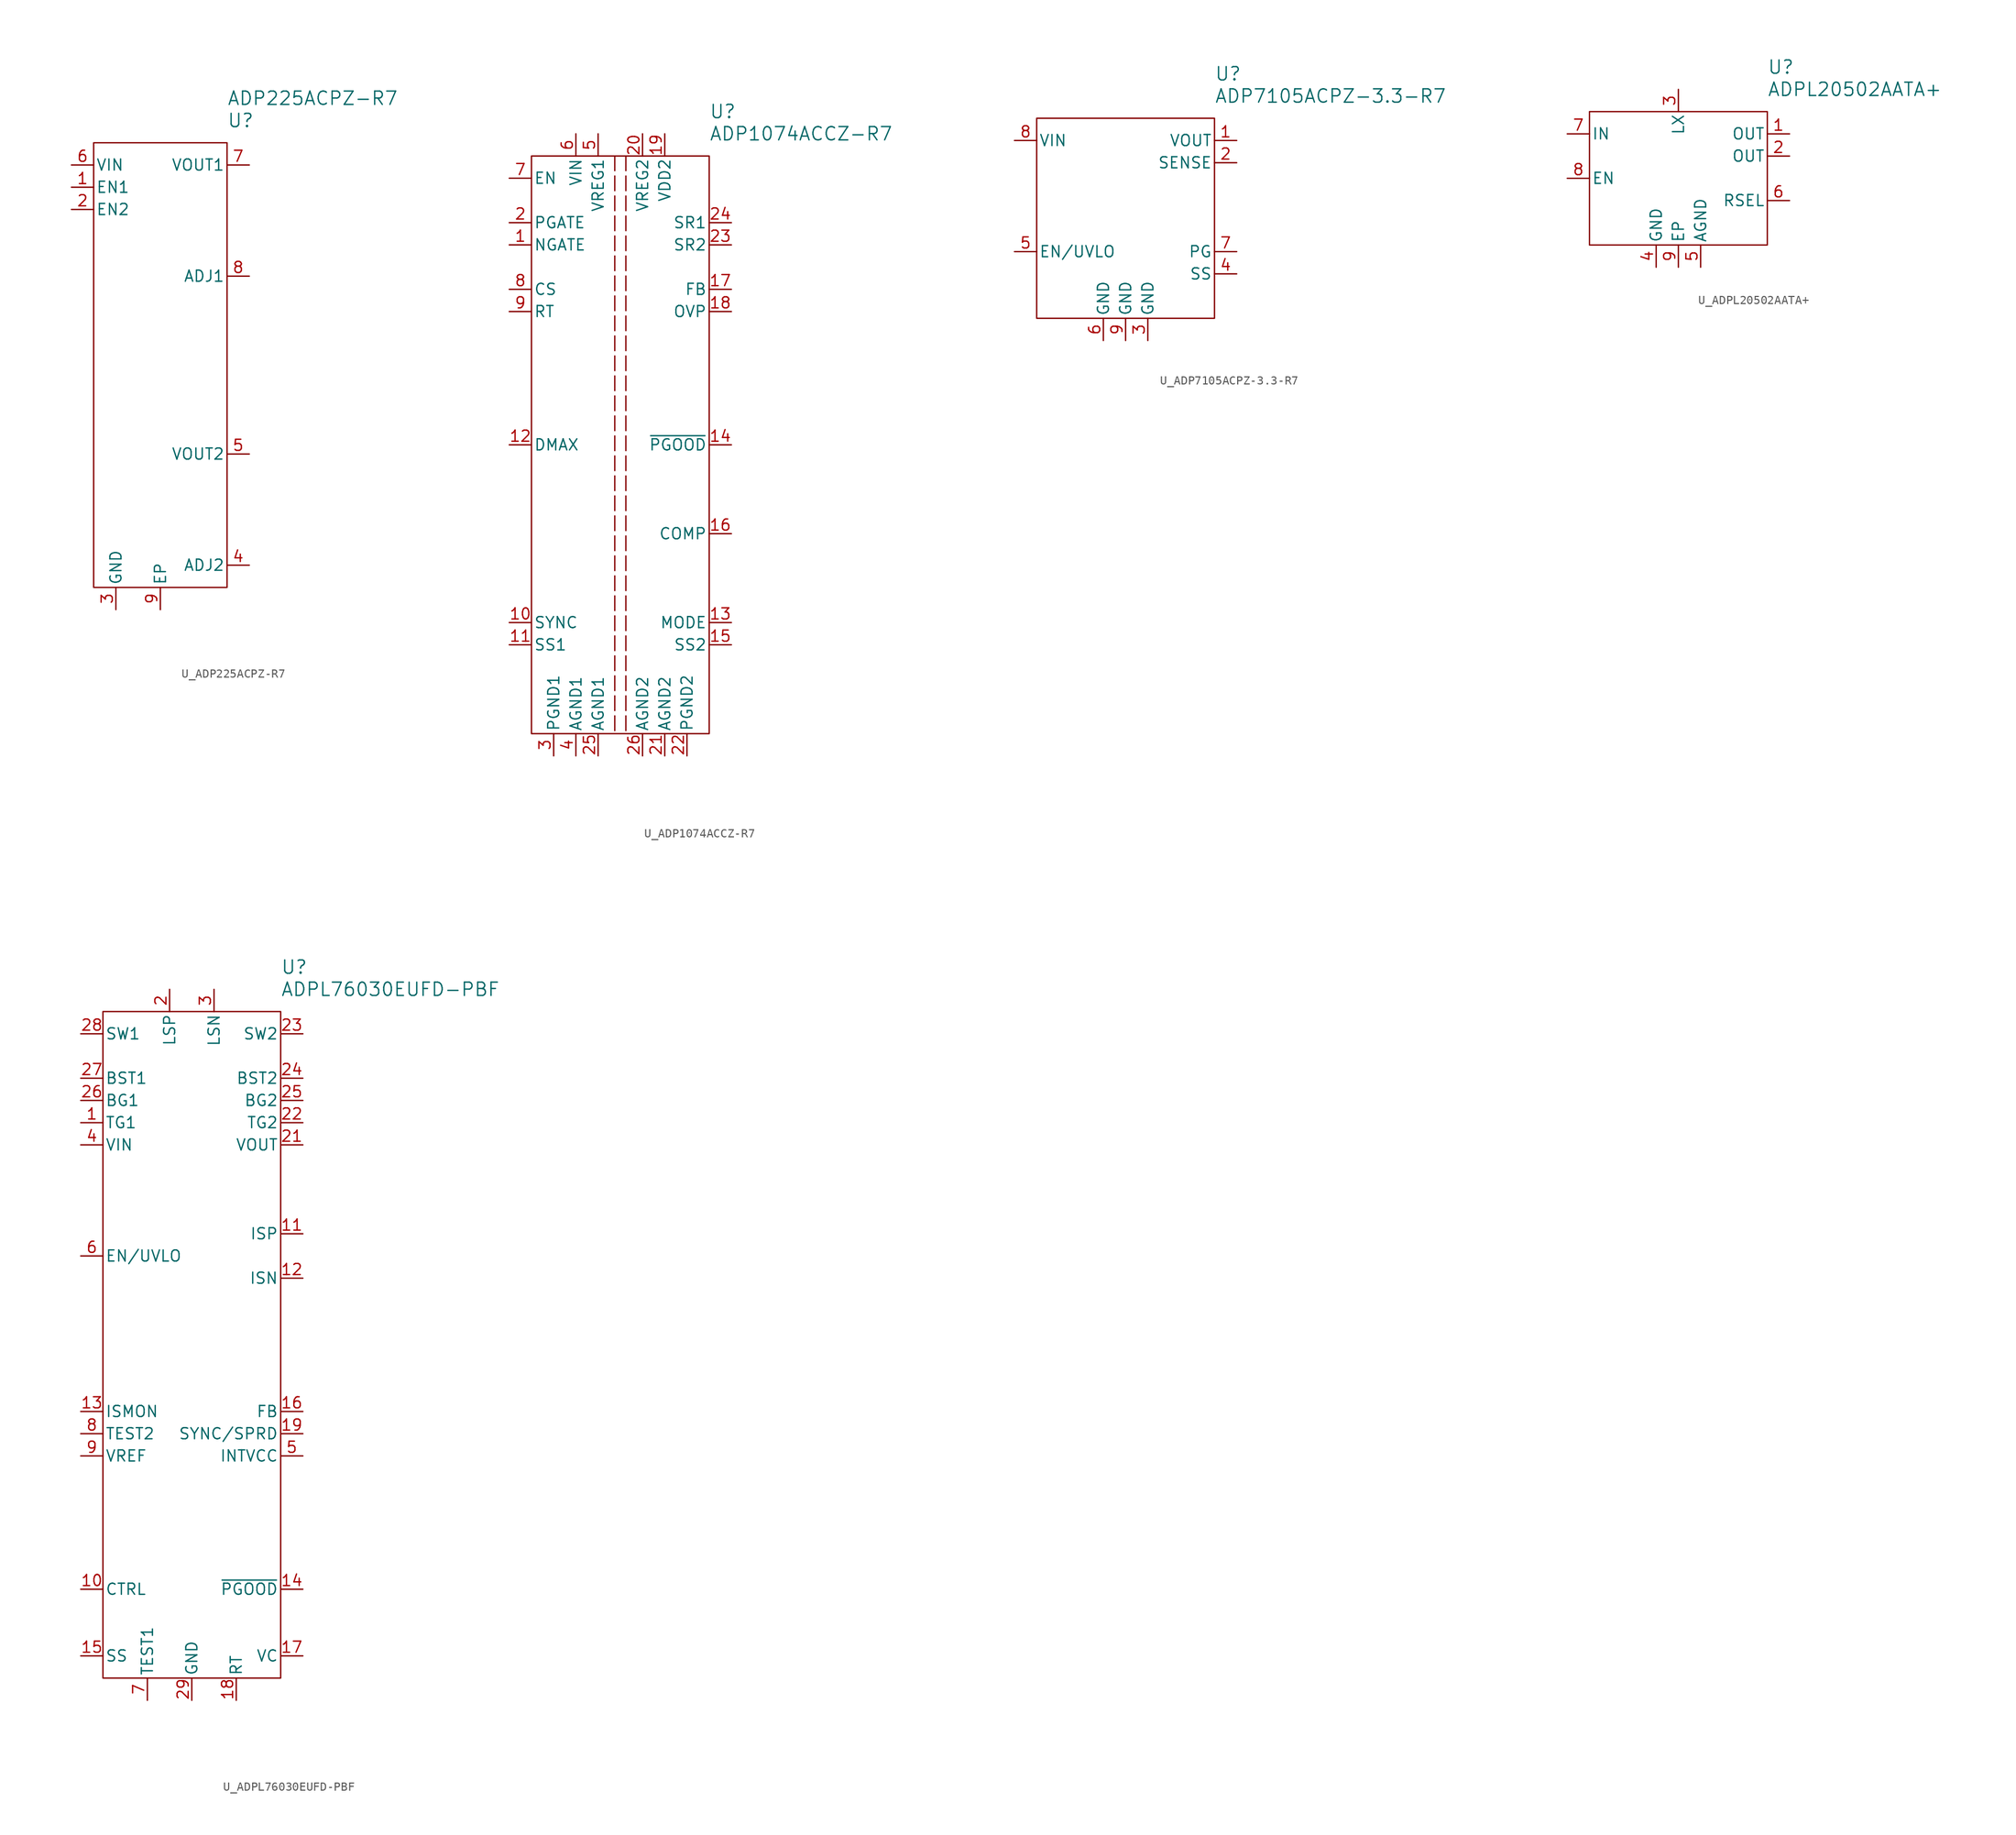
<source format=kicad_sym>
(kicad_symbol_lib
  (version 20241209)
  (generator "kicad_symbol_editor")
  (generator_version "9.0")
  (symbol "U_ADP225ACPZ-R7"
    (pin_names
      (offset 0.254))
    (property "Reference" "U"
      (at 7.62 27.94 0)
      (effects (font (size 1.524 1.524)) (justify left)))
    (property "Value" "ADP225ACPZ-R7"
      (at 7.62 30.48 0)
      (effects (font (size 1.524 1.524)) (justify left)))
    (symbol "U_ADP225ACPZ-R7_0_1"
      (rectangle (start -7.62 25.4) (end 7.62 -25.4) (stroke (width 0) (type default)) (fill (type none))))
    (symbol "U_ADP225ACPZ-R7_1_1"
      (pin power_in line (at -10.16 22.86 0) (length 2.54) (name "VIN" (effects (font (size 1.27 1.27)))) (number "6" (effects (font (size 1.27 1.27)))))
      (pin input line (at -10.16 20.32 0) (length 2.54) (name "EN1" (effects (font (size 1.27 1.27)))) (number "1" (effects (font (size 1.27 1.27)))))
      (pin input line (at -10.16 17.78 0) (length 2.54) (name "EN2" (effects (font (size 1.27 1.27)))) (number "2" (effects (font (size 1.27 1.27)))))
      (pin power_in line (at -5.08 -27.94 90) (length 2.54) (name "GND" (effects (font (size 1.27 1.27)))) (number "3" (effects (font (size 1.27 1.27)))))
      (pin power_in line (at 0 -27.94 90) (length 2.54) (name "EP" (effects (font (size 1.27 1.27)))) (number "9" (effects (font (size 1.27 1.27)))))
      (pin power_out line (at 10.16 22.86 180) (length 2.54) (name "VOUT1" (effects (font (size 1.27 1.27)))) (number "7" (effects (font (size 1.27 1.27)))))
      (pin input line (at 10.16 10.16 180) (length 2.54) (name "ADJ1" (effects (font (size 1.27 1.27)))) (number "8" (effects (font (size 1.27 1.27)))))
      (pin power_out line (at 10.16 -10.16 180) (length 2.54) (name "VOUT2" (effects (font (size 1.27 1.27)))) (number "5" (effects (font (size 1.27 1.27)))))
      (pin input line (at 10.16 -22.86 180) (length 2.54) (name "ADJ2" (effects (font (size 1.27 1.27)))) (number "4" (effects (font (size 1.27 1.27)))))))
  (symbol "U_ADP1074ACCZ-R7"
    (pin_names
      (offset 0.254))
    (property "Reference" "U"
      (at 10.16 38.1 0)
      (effects (font (size 1.524 1.524)) (justify left)))
    (property "Value" "ADP1074ACCZ-R7"
      (at 10.16 35.56 0)
      (effects (font (size 1.524 1.524)) (justify left)))
    (symbol "U_ADP1074ACCZ-R7_0_1"
      (rectangle (start -10.16 33.02) (end 10.16 -33.02) (stroke (width 0) (type default)) (fill (type none)))
      (pin bidirectional line (at -2.54 35.56 270) (length 2.54) (name "VREG1" (effects (font (size 1.27 1.27)))) (number "5" (effects (font (size 1.27 1.27)))))
      (pin unspecified line (at 2.54 35.56 270) (length 2.54) (name "VREG2" (effects (font (size 1.27 1.27)))) (number "20" (effects (font (size 1.27 1.27)))))
      (pin power_in line (at 5.08 35.56 270) (length 2.54) (name "VDD2" (effects (font (size 1.27 1.27)))) (number "19" (effects (font (size 1.27 1.27)))))
      (pin bidirectional line (at 12.7 -22.86 180) (length 2.54) (name "SS2" (effects (font (size 1.27 1.27)))) (number "15" (effects (font (size 1.27 1.27))))))
    (symbol "U_ADP1074ACCZ-R7_1_1"
      (polyline (pts (xy -0.635 33.02) (xy -0.635 -33.02)) (stroke (width 0) (type dash)) (fill (type none)))
      (polyline (pts (xy 0.635 33.02) (xy 0.635 -33.02)) (stroke (width 0) (type dash)) (fill (type none)))
      (pin input line (at -12.7 30.48 0) (length 2.54) (name "EN" (effects (font (size 1.27 1.27)))) (number "7" (effects (font (size 1.27 1.27)))))
      (pin output line (at -12.7 25.4 0) (length 2.54) (name "PGATE" (effects (font (size 1.27 1.27)))) (number "2" (effects (font (size 1.27 1.27)))))
      (pin output line (at -12.7 22.86 0) (length 2.54) (name "NGATE" (effects (font (size 1.27 1.27)))) (number "1" (effects (font (size 1.27 1.27)))))
      (pin input line (at -12.7 17.78 0) (length 2.54) (name "CS" (effects (font (size 1.27 1.27)))) (number "8" (effects (font (size 1.27 1.27)))))
      (pin input line (at -12.7 15.24 0) (length 2.54) (name "RT" (effects (font (size 1.27 1.27)))) (number "9" (effects (font (size 1.27 1.27)))))
      (pin input line (at -12.7 0 0) (length 2.54) (name "DMAX" (effects (font (size 1.27 1.27)))) (number "12" (effects (font (size 1.27 1.27)))))
      (pin input line (at -12.7 -20.32 0) (length 2.54) (name "SYNC" (effects (font (size 1.27 1.27)))) (number "10" (effects (font (size 1.27 1.27)))))
      (pin input line (at -12.7 -22.86 0) (length 2.54) (name "SS1" (effects (font (size 1.27 1.27)))) (number "11" (effects (font (size 1.27 1.27)))))
      (pin power_in line (at -7.62 -35.56 90) (length 2.54) (name "PGND1" (effects (font (size 1.27 1.27)))) (number "3" (effects (font (size 1.27 1.27)))))
      (pin power_in line (at -5.08 35.56 270) (length 2.54) (name "VIN" (effects (font (size 1.27 1.27)))) (number "6" (effects (font (size 1.27 1.27)))))
      (pin power_in line (at -5.08 -35.56 90) (length 2.54) (name "AGND1" (effects (font (size 1.27 1.27)))) (number "4" (effects (font (size 1.27 1.27)))))
      (pin power_in line (at -2.54 -35.56 90) (length 2.54) (name "AGND1" (effects (font (size 1.27 1.27)))) (number "25" (effects (font (size 1.27 1.27)))))
      (pin power_in line (at 2.54 -35.56 90) (length 2.54) (name "AGND2" (effects (font (size 1.27 1.27)))) (number "26" (effects (font (size 1.27 1.27)))))
      (pin power_in line (at 5.08 -35.56 90) (length 2.54) (name "AGND2" (effects (font (size 1.27 1.27)))) (number "21" (effects (font (size 1.27 1.27)))))
      (pin power_in line (at 7.62 -35.56 90) (length 2.54) (name "PGND2" (effects (font (size 1.27 1.27)))) (number "22" (effects (font (size 1.27 1.27)))))
      (pin output line (at 12.7 25.4 180) (length 2.54) (name "SR1" (effects (font (size 1.27 1.27)))) (number "24" (effects (font (size 1.27 1.27)))))
      (pin output line (at 12.7 22.86 180) (length 2.54) (name "SR2" (effects (font (size 1.27 1.27)))) (number "23" (effects (font (size 1.27 1.27)))))
      (pin input line (at 12.7 17.78 180) (length 2.54) (name "FB" (effects (font (size 1.27 1.27)))) (number "17" (effects (font (size 1.27 1.27)))))
      (pin input line (at 12.7 15.24 180) (length 2.54) (name "OVP" (effects (font (size 1.27 1.27)))) (number "18" (effects (font (size 1.27 1.27)))))
      (pin output line (at 12.7 0 180) (length 2.54) (name "~{PGOOD}" (effects (font (size 1.27 1.27)))) (number "14" (effects (font (size 1.27 1.27)))))
      (pin input line (at 12.7 -10.16 180) (length 2.54) (name "COMP" (effects (font (size 1.27 1.27)))) (number "16" (effects (font (size 1.27 1.27)))))
      (pin input line (at 12.7 -20.32 180) (length 2.54) (name "MODE" (effects (font (size 1.27 1.27)))) (number "13" (effects (font (size 1.27 1.27)))))))
  (symbol "U_ADP7105ACPZ-3.3-R7"
    (pin_names
      (offset 0.254))
    (property "Reference" "U"
      (at 10.16 15.24 0)
      (effects (font (size 1.524 1.524)) (justify left)))
    (property "Value" "ADP7105ACPZ-3.3-R7"
      (at 10.16 12.7 0)
      (effects (font (size 1.524 1.524)) (justify left)))
    (symbol "U_ADP7105ACPZ-3.3-R7_0_1"
      (rectangle (start -10.16 10.16) (end 10.16 -12.7) (stroke (width 0) (type default)) (fill (type none)))
      (pin power_in line (at -12.7 7.62 0) (length 2.54) (name "VIN" (effects (font (size 1.27 1.27)))) (number "8" (effects (font (size 1.27 1.27)))))
      (pin input line (at -12.7 -5.08 0) (length 2.54) (name "EN/UVLO" (effects (font (size 1.27 1.27)))) (number "5" (effects (font (size 1.27 1.27)))))
      (pin output line (at 12.7 7.62 180) (length 2.54) (name "VOUT" (effects (font (size 1.27 1.27)))) (number "1" (effects (font (size 1.27 1.27)))))
      (pin output line (at 12.7 -5.08 180) (length 2.54) (name "PG" (effects (font (size 1.27 1.27)))) (number "7" (effects (font (size 1.27 1.27))))))
    (symbol "U_ADP7105ACPZ-3.3-R7_1_1"
      (pin power_in line (at -2.54 -15.24 90) (length 2.54) (name "GND" (effects (font (size 1.27 1.27)))) (number "6" (effects (font (size 1.27 1.27)))))
      (pin power_in line (at 0 -15.24 90) (length 2.54) (name "GND" (effects (font (size 1.27 1.27)))) (number "9" (effects (font (size 1.27 1.27)))))
      (pin power_in line (at 2.54 -15.24 90) (length 2.54) (name "GND" (effects (font (size 1.27 1.27)))) (number "3" (effects (font (size 1.27 1.27)))))
      (pin input line (at 12.7 5.08 180) (length 2.54) (name "SENSE" (effects (font (size 1.27 1.27)))) (number "2" (effects (font (size 1.27 1.27)))))
      (pin input line (at 12.7 -7.62 180) (length 2.54) (name "SS" (effects (font (size 1.27 1.27)))) (number "4" (effects (font (size 1.27 1.27)))))))
  (symbol "U_ADPL20502AATA+"
    (pin_names
      (offset 0.254))
    (property "Reference" "U"
      (at 10.16 12.7 0)
      (effects (font (size 1.524 1.524)) (justify left)))
    (property "Value" "ADPL20502AATA+"
      (at 10.16 10.16 0)
      (effects (font (size 1.524 1.524)) (justify left)))
    (symbol "U_ADPL20502AATA+_0_1"
      (pin input line (at -12.7 0 0) (length 2.54) (name "EN" (effects (font (size 1.27 1.27)))) (number "8" (effects (font (size 1.27 1.27))))))
    (symbol "U_ADPL20502AATA+_1_1"
      (rectangle (start -10.16 7.62) (end 10.16 -7.62) (stroke (width 0) (type default)) (fill (type none)))
      (pin power_in line (at -12.7 5.08 0) (length 2.54) (name "IN" (effects (font (size 1.27 1.27)))) (number "7" (effects (font (size 1.27 1.27)))))
      (pin power_in line (at -2.54 -10.16 90) (length 2.54) (name "GND" (effects (font (size 1.27 1.27)))) (number "4" (effects (font (size 1.27 1.27)))))
      (pin output line (at 0 10.16 270) (length 2.54) (name "LX" (effects (font (size 1.27 1.27)))) (number "3" (effects (font (size 1.27 1.27)))))
      (pin power_in line (at 0 -10.16 90) (length 2.54) (name "EP" (effects (font (size 1.27 1.27)))) (number "9" (effects (font (size 1.27 1.27)))))
      (pin power_in line (at 2.54 -10.16 90) (length 2.54) (name "AGND" (effects (font (size 1.27 1.27)))) (number "5" (effects (font (size 1.27 1.27)))))
      (pin power_out line (at 12.7 5.08 180) (length 2.54) (name "OUT" (effects (font (size 1.27 1.27)))) (number "1" (effects (font (size 1.27 1.27)))))
      (pin power_out line (at 12.7 2.54 180) (length 2.54) (name "OUT" (effects (font (size 1.27 1.27)))) (number "2" (effects (font (size 1.27 1.27)))))
      (pin input line (at 12.7 -2.54 180) (length 2.54) (name "RSEL" (effects (font (size 1.27 1.27)))) (number "6" (effects (font (size 1.27 1.27)))))))
  (symbol "U_ADPL76030EUFD-PBF"
    (pin_names
      (offset 0.254))
    (property "Reference" "U"
      (at 10.16 43.18 0)
      (effects (font (size 1.524 1.524)) (justify left)))
    (property "Value" "ADPL76030EUFD-PBF"
      (at 10.16 40.64 0)
      (effects (font (size 1.524 1.524)) (justify left)))
    (symbol "U_ADPL76030EUFD-PBF_0_1"
      (rectangle (start -10.16 38.1) (end 10.16 -38.1) (stroke (width 0) (type default)) (fill (type none)))
      (pin power_in line (at -12.7 30.48 0) (length 2.54) (name "BST1" (effects (font (size 1.27 1.27)))) (number "27" (effects (font (size 1.27 1.27)))))
      (pin power_in line (at -12.7 22.86 0) (length 2.54) (name "VIN" (effects (font (size 1.27 1.27)))) (number "4" (effects (font (size 1.27 1.27)))))
      (pin output line (at -12.7 -7.62 0) (length 2.54) (name "ISMON" (effects (font (size 1.27 1.27)))) (number "13" (effects (font (size 1.27 1.27)))))
      (pin output line (at -12.7 -12.7 0) (length 2.54) (name "VREF" (effects (font (size 1.27 1.27)))) (number "9" (effects (font (size 1.27 1.27)))))
      (pin input line (at -12.7 -27.94 0) (length 2.54) (name "CTRL" (effects (font (size 1.27 1.27)))) (number "10" (effects (font (size 1.27 1.27)))))
      (pin power_in line (at 12.7 30.48 180) (length 2.54) (name "BST2" (effects (font (size 1.27 1.27)))) (number "24" (effects (font (size 1.27 1.27)))))
      (pin power_in line (at 12.7 22.86 180) (length 2.54) (name "VOUT" (effects (font (size 1.27 1.27)))) (number "21" (effects (font (size 1.27 1.27)))))
      (pin input line (at 12.7 -7.62 180) (length 2.54) (name "FB" (effects (font (size 1.27 1.27)))) (number "16" (effects (font (size 1.27 1.27)))))
      (pin power_in line (at 12.7 -12.7 180) (length 2.54) (name "INTVCC" (effects (font (size 1.27 1.27)))) (number "5" (effects (font (size 1.27 1.27)))))
      (pin output line (at 12.7 -35.56 180) (length 2.54) (name "VC" (effects (font (size 1.27 1.27)))) (number "17" (effects (font (size 1.27 1.27))))))
    (symbol "U_ADPL76030EUFD-PBF_1_1"
      (pin power_in line (at -12.7 35.56 0) (length 2.54) (name "SW1" (effects (font (size 1.27 1.27)))) (number "28" (effects (font (size 1.27 1.27)))))
      (pin output line (at -12.7 27.94 0) (length 2.54) (name "BG1" (effects (font (size 1.27 1.27)))) (number "26" (effects (font (size 1.27 1.27)))))
      (pin output line (at -12.7 25.4 0) (length 2.54) (name "TG1" (effects (font (size 1.27 1.27)))) (number "1" (effects (font (size 1.27 1.27)))))
      (pin input line (at -12.7 10.16 0) (length 2.54) (name "EN/UVLO" (effects (font (size 1.27 1.27)))) (number "6" (effects (font (size 1.27 1.27)))))
      (pin passive line (at -12.7 -10.16 0) (length 2.54) (name "TEST2" (effects (font (size 1.27 1.27)))) (number "8" (effects (font (size 1.27 1.27)))))
      (pin input line (at -12.7 -35.56 0) (length 2.54) (name "SS" (effects (font (size 1.27 1.27)))) (number "15" (effects (font (size 1.27 1.27)))))
      (pin passive line (at -5.08 -40.64 90) (length 2.54) (name "TEST1" (effects (font (size 1.27 1.27)))) (number "7" (effects (font (size 1.27 1.27)))))
      (pin input line (at -2.54 40.64 270) (length 2.54) (name "LSP" (effects (font (size 1.27 1.27)))) (number "2" (effects (font (size 1.27 1.27)))))
      (pin no_connect line (at -2.54 -40.64 90) (length 2.54) (hide yes) (name "DNC" (effects (font (size 1.27 1.27)))) (number "20" (effects (font (size 1.27 1.27)))))
      (pin power_in line (at 0 -40.64 90) (length 2.54) (name "GND" (effects (font (size 1.27 1.27)))) (number "29" (effects (font (size 1.27 1.27)))))
      (pin input line (at 2.54 40.64 270) (length 2.54) (name "LSN" (effects (font (size 1.27 1.27)))) (number "3" (effects (font (size 1.27 1.27)))))
      (pin input line (at 5.08 -40.64 90) (length 2.54) (name "RT" (effects (font (size 1.27 1.27)))) (number "18" (effects (font (size 1.27 1.27)))))
      (pin power_in line (at 12.7 35.56 180) (length 2.54) (name "SW2" (effects (font (size 1.27 1.27)))) (number "23" (effects (font (size 1.27 1.27)))))
      (pin output line (at 12.7 27.94 180) (length 2.54) (name "BG2" (effects (font (size 1.27 1.27)))) (number "25" (effects (font (size 1.27 1.27)))))
      (pin output line (at 12.7 25.4 180) (length 2.54) (name "TG2" (effects (font (size 1.27 1.27)))) (number "22" (effects (font (size 1.27 1.27)))))
      (pin input line (at 12.7 12.7 180) (length 2.54) (name "ISP" (effects (font (size 1.27 1.27)))) (number "11" (effects (font (size 1.27 1.27)))))
      (pin input line (at 12.7 7.62 180) (length 2.54) (name "ISN" (effects (font (size 1.27 1.27)))) (number "12" (effects (font (size 1.27 1.27)))))
      (pin input line (at 12.7 -10.16 180) (length 2.54) (name "SYNC/SPRD" (effects (font (size 1.27 1.27)))) (number "19" (effects (font (size 1.27 1.27)))))
      (pin output line (at 12.7 -27.94 180) (length 2.54) (name "~{PGOOD}" (effects (font (size 1.27 1.27)))) (number "14" (effects (font (size 1.27 1.27))))))))
</source>
